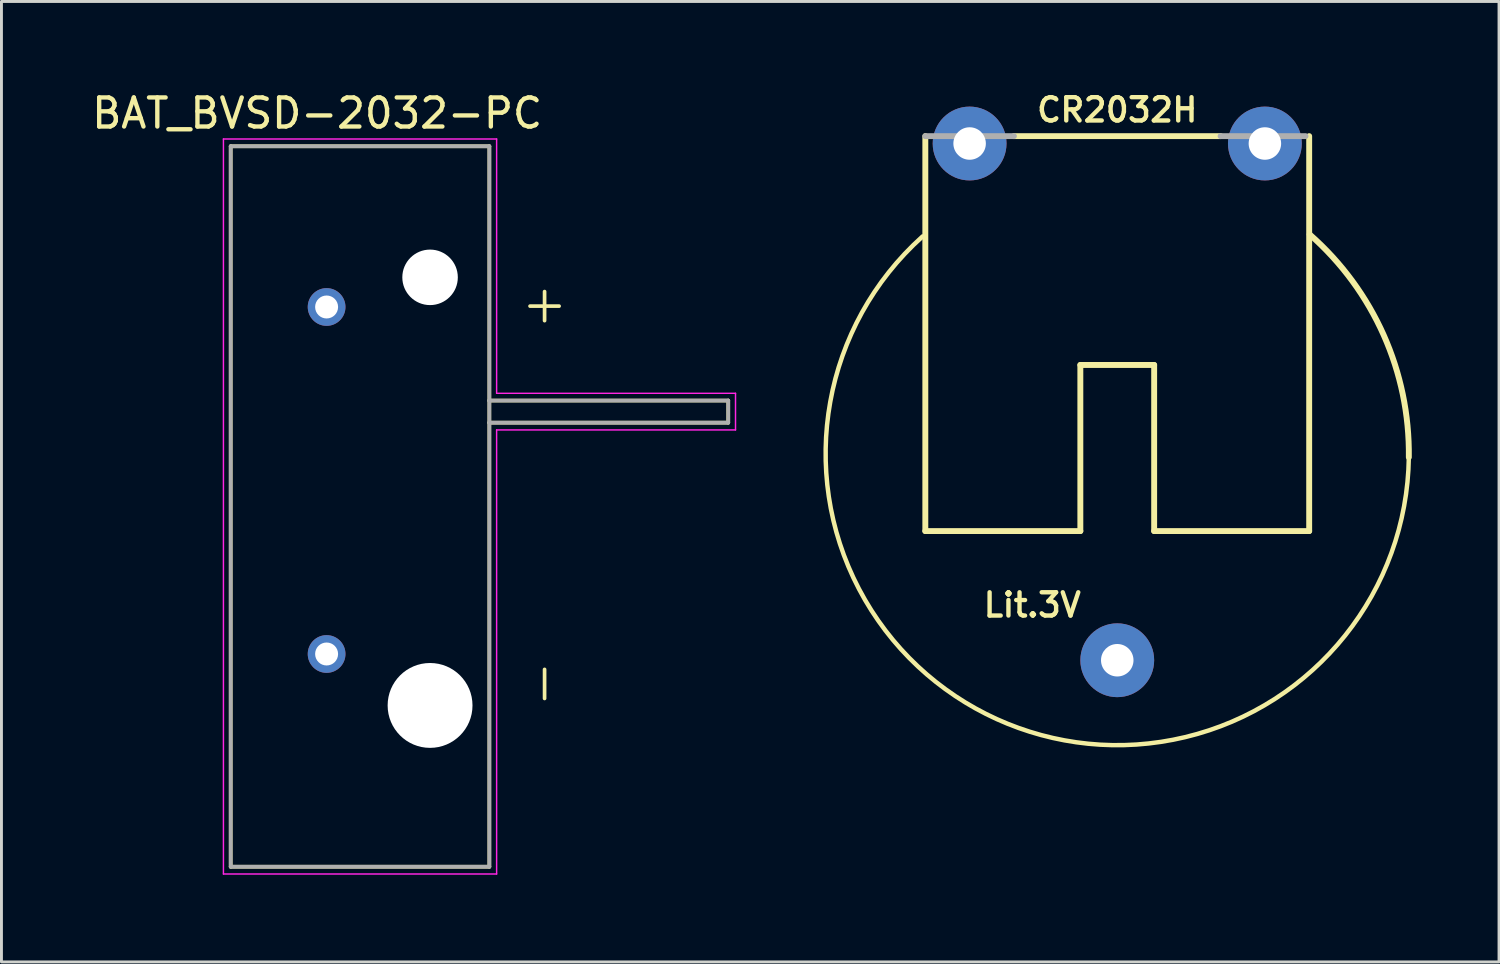
<source format=kicad_pcb>
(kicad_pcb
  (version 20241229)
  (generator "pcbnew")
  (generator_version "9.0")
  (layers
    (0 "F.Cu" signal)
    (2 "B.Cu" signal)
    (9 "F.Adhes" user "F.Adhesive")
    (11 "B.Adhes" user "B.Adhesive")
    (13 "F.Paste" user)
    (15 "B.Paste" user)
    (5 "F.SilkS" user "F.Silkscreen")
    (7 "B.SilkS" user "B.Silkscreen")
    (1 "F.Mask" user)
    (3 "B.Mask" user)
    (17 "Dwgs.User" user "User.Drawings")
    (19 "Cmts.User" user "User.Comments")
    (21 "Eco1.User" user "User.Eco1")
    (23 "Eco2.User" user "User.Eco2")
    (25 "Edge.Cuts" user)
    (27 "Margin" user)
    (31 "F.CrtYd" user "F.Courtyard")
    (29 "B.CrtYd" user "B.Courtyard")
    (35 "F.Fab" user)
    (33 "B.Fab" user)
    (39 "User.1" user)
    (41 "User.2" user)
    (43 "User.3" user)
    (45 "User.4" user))
  (footprint "CR2032H"
    (layer "F.Cu")
    (at 35.393 12.683)
    (property "Reference" "CR2032H" (at 0 -11.951 0) (layer "F.SilkS") (effects (font (size 0.801 0.801) (thickness 0.15))))
    (attr through_hole)
    (fp_line (start -6.604 -11.049) (end -6.604 2.54) (stroke (width 0.203) (type solid)) (layer "F.SilkS"))
    (fp_line (start -6.604 2.54) (end -1.27 2.54) (stroke (width 0.203) (type solid)) (layer "F.SilkS"))
    (fp_line (start -1.27 -3.175) (end -1.27 2.54) (stroke (width 0.203) (type solid)) (layer "F.SilkS"))
    (fp_line (start -1.27 -3.175) (end 1.27 -3.175) (stroke (width 0.203) (type solid)) (layer "F.SilkS"))
    (fp_line (start 1.27 2.54) (end 1.27 -3.175) (stroke (width 0.203) (type solid)) (layer "F.SilkS"))
    (fp_line (start 1.27 2.54) (end 6.604 2.54) (stroke (width 0.203) (type solid)) (layer "F.SilkS"))
    (fp_line (start 3.556 -11.049) (end -3.556 -11.049) (stroke (width 0.203) (type solid)) (layer "F.SilkS"))
    (fp_line (start 6.604 2.54) (end 6.604 -11.049) (stroke (width 0.203) (type solid)) (layer "F.SilkS"))
    (fp_arc (start 6.620301 -7.6668) (mid 9.166728 -4.20733) (end 10.0331 0) (stroke (width 0.2032) (type solid)) (layer "F.SilkS"))
    (fp_arc (start 10.033 0) (mid -4.148809 9.00889) (end -6.698001 -7.597899) (stroke (width 0.1524) (type solid)) (layer "F.SilkS"))
    (fp_line (start -3.556 -11.049) (end -6.604 -11.049) (stroke (width 0.203) (type solid)) (layer "F.Fab"))
    (fp_line (start 6.477 -11.049) (end 3.556 -11.049) (stroke (width 0.203) (type solid)) (layer "F.Fab"))
    (fp_text user "Lit.3V" (at -2.924 5.084 0) (layer "F.SilkS") (effects (font (size 0.801 0.801) (thickness 0.15))))
    (pad "+" thru_hole circle (at 5.08 -10.795) (size 2.54 2.54) (drill 1.118) (layers "*.Cu" "*.Mask"))
    (pad "+@1" thru_hole circle (at -5.08 -10.795) (size 2.54 2.54) (drill 1.118) (layers "*.Cu" "*.Mask"))
    (pad "-" thru_hole circle (at 0 6.985) (size 2.54 2.54) (drill 1.118) (layers "*.Cu" "*.Mask")))
  (footprint "BAT_BVSD-2032-PC"
    (layer "F.Cu")
    (at 8.188 13.483)
    (property "Reference" "BAT_BVSD-2032-PC" (at -0.325 -12.635 0) (layer "F.SilkS") (effects (font (size 1 1) (thickness 0.15))))
    (attr through_hole)
    (fp_line (start -3.3 -11.5) (end 5.6 -11.5) (stroke (width 0.127) (type solid)) (layer "F.SilkS"))
    (fp_line (start -3.3 13.29) (end -3.3 -11.5) (stroke (width 0.127) (type solid)) (layer "F.SilkS"))
    (fp_line (start 5.6 -11.5) (end 5.6 -2.75) (stroke (width 0.127) (type solid)) (layer "F.SilkS"))
    (fp_line (start 5.6 -2.75) (end 5.6 -1.99) (stroke (width 0.127) (type solid)) (layer "F.SilkS"))
    (fp_line (start 5.6 -2.75) (end 13.82 -2.75) (stroke (width 0.127) (type solid)) (layer "F.SilkS"))
    (fp_line (start 5.6 -1.99) (end 5.6 13.29) (stroke (width 0.127) (type solid)) (layer "F.SilkS"))
    (fp_line (start 5.6 13.29) (end -3.3 13.29) (stroke (width 0.127) (type solid)) (layer "F.SilkS"))
    (fp_line (start 7 -6) (end 8 -6) (stroke (width 0.127) (type solid)) (layer "F.SilkS"))
    (fp_line (start 7.5 -6.5) (end 7.5 -5.5) (stroke (width 0.127) (type solid)) (layer "F.SilkS"))
    (fp_line (start 7.5 6.5) (end 7.5 7.5) (stroke (width 0.127) (type solid)) (layer "F.SilkS"))
    (fp_line (start 13.82 -2.75) (end 13.82 -1.99) (stroke (width 0.127) (type solid)) (layer "F.SilkS"))
    (fp_line (start 13.82 -1.99) (end 5.6 -1.99) (stroke (width 0.127) (type solid)) (layer "F.SilkS"))
    (fp_line (start -3.55 -11.75) (end 5.85 -11.75) (stroke (width 0.05) (type solid)) (layer "F.CrtYd"))
    (fp_line (start -3.55 13.54) (end -3.55 -11.75) (stroke (width 0.05) (type solid)) (layer "F.CrtYd"))
    (fp_line (start 5.85 -11.75) (end 5.85 -3) (stroke (width 0.05) (type solid)) (layer "F.CrtYd"))
    (fp_line (start 5.85 -3) (end 14.07 -3) (stroke (width 0.05) (type solid)) (layer "F.CrtYd"))
    (fp_line (start 5.85 -1.74) (end 5.85 13.54) (stroke (width 0.05) (type solid)) (layer "F.CrtYd"))
    (fp_line (start 5.85 13.54) (end -3.55 13.54) (stroke (width 0.05) (type solid)) (layer "F.CrtYd"))
    (fp_line (start 14.07 -3) (end 14.07 -1.74) (stroke (width 0.05) (type solid)) (layer "F.CrtYd"))
    (fp_line (start 14.07 -1.74) (end 5.85 -1.74) (stroke (width 0.05) (type solid)) (layer "F.CrtYd"))
    (fp_line (start -3.3 -11.5) (end 5.6 -11.5) (stroke (width 0.127) (type solid)) (layer "F.Fab"))
    (fp_line (start -3.3 13.29) (end -3.3 -11.5) (stroke (width 0.127) (type solid)) (layer "F.Fab"))
    (fp_line (start 5.6 -11.5) (end 5.6 -2.75) (stroke (width 0.127) (type solid)) (layer "F.Fab"))
    (fp_line (start 5.6 -2.75) (end 5.6 -1.99) (stroke (width 0.127) (type solid)) (layer "F.Fab"))
    (fp_line (start 5.6 -2.75) (end 13.82 -2.75) (stroke (width 0.127) (type solid)) (layer "F.Fab"))
    (fp_line (start 5.6 -1.99) (end 5.6 13.29) (stroke (width 0.127) (type solid)) (layer "F.Fab"))
    (fp_line (start 5.6 13.29) (end -3.3 13.29) (stroke (width 0.127) (type solid)) (layer "F.Fab"))
    (fp_line (start 13.82 -2.75) (end 13.82 -1.99) (stroke (width 0.127) (type solid)) (layer "F.Fab"))
    (fp_line (start 13.82 -1.99) (end 5.6 -1.99) (stroke (width 0.127) (type solid)) (layer "F.Fab"))
    (pad "" np_thru_hole circle (at 3.56 -6.99) (size 1.91 1.91) (drill 1.91) (layers "*.Cu" "*.Mask"))
    (pad "" np_thru_hole circle (at 3.56 7.74) (size 2.92 2.92) (drill 2.92) (layers "*.Cu" "*.Mask"))
    (pad "+" thru_hole circle (at 0 -5.97) (size 1.298 1.298) (drill 0.79) (layers "*.Cu" "*.Mask"))
    (pad "-" thru_hole circle (at 0 5.97) (size 1.298 1.298) (drill 0.79) (layers "*.Cu" "*.Mask")))
  (gr_rect
    (start -3 -3)
    (end 48.529 30.048)
    (stroke (width 0.1) (type default))
    (fill no)
    (layer "Edge.Cuts")))
</source>
